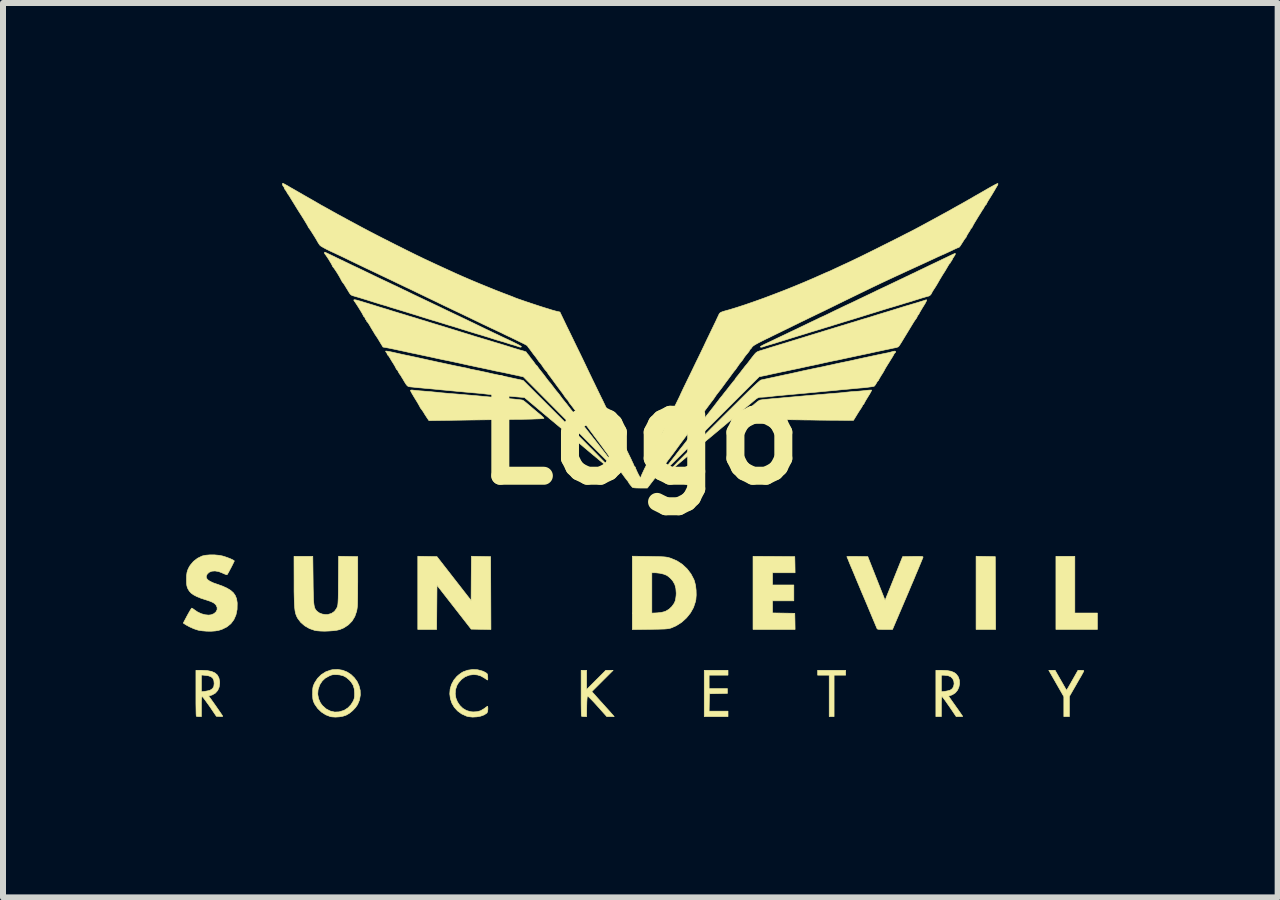
<source format=kicad_pcb>
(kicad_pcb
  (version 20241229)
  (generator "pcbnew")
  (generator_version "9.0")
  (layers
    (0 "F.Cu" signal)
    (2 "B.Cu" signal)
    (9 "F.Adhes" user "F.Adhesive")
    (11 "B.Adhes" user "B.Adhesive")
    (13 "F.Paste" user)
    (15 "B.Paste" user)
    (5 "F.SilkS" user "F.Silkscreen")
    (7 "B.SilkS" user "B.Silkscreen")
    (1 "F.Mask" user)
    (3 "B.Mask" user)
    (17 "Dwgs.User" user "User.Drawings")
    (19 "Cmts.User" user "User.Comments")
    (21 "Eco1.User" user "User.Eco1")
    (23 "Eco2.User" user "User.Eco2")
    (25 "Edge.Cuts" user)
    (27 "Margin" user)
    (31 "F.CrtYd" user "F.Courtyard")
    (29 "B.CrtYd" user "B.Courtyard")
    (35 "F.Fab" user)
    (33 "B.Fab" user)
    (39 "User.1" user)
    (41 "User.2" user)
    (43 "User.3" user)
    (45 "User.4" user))
  (footprint "Logo"
    (layer "F.Cu")
    (at 7.612 4.191)
    (property "Reference" "Logo" (at 0 0 0) (layer "F.SilkS") (effects (font (size 1.524 1.524) (thickness 0.3))))
    (attr through_hole)
    (fp_poly (pts (xy 5.928 2.037) (xy 5.931 2.644) (xy 5.934 3.251) (xy 5.608 3.251) (xy 5.608 2.031) (xy 5.928 2.037)) (stroke (width 0.01) (type solid)) (fill yes) (layer "F.SilkS"))
    (fp_poly (pts (xy 7.254 2.977) (xy 7.63 2.977) (xy 7.63 3.251) (xy 6.939 3.251) (xy 6.939 2.032) (xy 7.254 2.032) (xy 7.254 2.977)) (stroke (width 0.01) (type solid)) (fill yes) (layer "F.SilkS"))
    (fp_poly (pts (xy 3.434 4.013) (xy 3.241 4.013) (xy 3.241 4.704) (xy 3.16 4.704) (xy 3.16 4.013) (xy 2.967 4.013) (xy 2.967 3.932) (xy 3.434 3.932) (xy 3.434 4.013)) (stroke (width 0.01) (type solid)) (fill yes) (layer "F.SilkS"))
    (fp_poly (pts (xy 1.473 4.013) (xy 1.158 4.013) (xy 1.158 4.237) (xy 1.463 4.237) (xy 1.463 4.317) (xy 1.163 4.323) (xy 1.158 4.613) (xy 1.473 4.613) (xy 1.473 4.704) (xy 1.077 4.704) (xy 1.077 3.932) (xy 1.473 3.932) (xy 1.473 4.013)) (stroke (width 0.01) (type solid)) (fill yes) (layer "F.SilkS"))
    (fp_poly (pts (xy -3.539 2.034) (xy -3.379 2.037) (xy -3.094 2.403) (xy -2.809 2.769) (xy -2.807 2.4) (xy -2.804 2.031) (xy -2.644 2.034) (xy -2.484 2.037) (xy -2.479 3.252) (xy -2.808 3.246) (xy -3.378 2.515) (xy -3.384 3.251) (xy -3.698 3.251) (xy -3.698 2.031) (xy -3.539 2.034)) (stroke (width 0.01) (type solid)) (fill yes) (layer "F.SilkS"))
    (fp_poly (pts (xy 2.238 2.034) (xy 2.586 2.037) (xy 2.589 2.172) (xy 2.591 2.306) (xy 2.215 2.306) (xy 2.215 2.51) (xy 2.57 2.51) (xy 2.57 2.774) (xy 2.215 2.774) (xy 2.215 2.976) (xy 2.4 2.979) (xy 2.586 2.982) (xy 2.589 3.117) (xy 2.591 3.251) (xy 1.89 3.251) (xy 1.89 2.032) (xy 2.238 2.034)) (stroke (width 0.01) (type solid)) (fill yes) (layer "F.SilkS"))
    (fp_poly (pts (xy 7.116 4.266) (xy 7.132 4.239) (xy 7.143 4.221) (xy 7.162 4.188) (xy 7.186 4.146) (xy 7.213 4.098) (xy 7.228 4.072) (xy 7.307 3.932) (xy 7.358 3.932) (xy 7.388 3.933) (xy 7.402 3.937) (xy 7.403 3.946) (xy 7.403 3.947) (xy 7.396 3.96) (xy 7.381 3.988) (xy 7.359 4.028) (xy 7.33 4.077) (xy 7.298 4.133) (xy 7.28 4.165) (xy 7.163 4.368) (xy 7.163 4.704) (xy 7.071 4.704) (xy 7.071 4.371) (xy 6.82 3.932) (xy 6.925 3.932) (xy 7.116 4.266)) (stroke (width 0.01) (type solid)) (fill yes) (layer "F.SilkS"))
    (fp_poly (pts (xy -0.884 4.252) (xy -0.724 4.092) (xy -0.564 3.932) (xy -0.442 3.932) (xy -0.797 4.287) (xy -0.776 4.31) (xy -0.763 4.324) (xy -0.739 4.351) (xy -0.706 4.388) (xy -0.667 4.432) (xy -0.623 4.48) (xy -0.609 4.496) (xy -0.564 4.546) (xy -0.523 4.591) (xy -0.488 4.63) (xy -0.462 4.66) (xy -0.445 4.679) (xy -0.443 4.681) (xy -0.424 4.704) (xy -0.547 4.704) (xy -0.702 4.531) (xy -0.746 4.482) (xy -0.787 4.438) (xy -0.822 4.403) (xy -0.848 4.377) (xy -0.864 4.363) (xy -0.868 4.362) (xy -0.873 4.374) (xy -0.877 4.406) (xy -0.88 4.458) (xy -0.882 4.529) (xy -0.882 4.535) (xy -0.884 4.704) (xy -0.923 4.704) (xy -0.95 4.702) (xy -0.967 4.698) (xy -0.969 4.697) (xy -0.97 4.686) (xy -0.972 4.657) (xy -0.973 4.611) (xy -0.974 4.553) (xy -0.975 4.483) (xy -0.975 4.404) (xy -0.975 4.319) (xy -0.975 4.311) (xy -0.975 3.932) (xy -0.884 3.932) (xy -0.884 4.252)) (stroke (width 0.01) (type solid)) (fill yes) (layer "F.SilkS"))
    (fp_poly (pts (xy 4.667 2.034) (xy 4.699 2.035) (xy 4.717 2.038) (xy 4.724 2.043) (xy 4.724 2.044) (xy 4.721 2.056) (xy 4.709 2.084) (xy 4.691 2.128) (xy 4.667 2.186) (xy 4.638 2.256) (xy 4.604 2.336) (xy 4.567 2.426) (xy 4.525 2.523) (xy 4.482 2.626) (xy 4.47 2.654) (xy 4.215 3.251) (xy 4.088 3.251) (xy 4.036 3.251) (xy 4 3.25) (xy 3.977 3.248) (xy 3.964 3.244) (xy 3.957 3.237) (xy 3.953 3.228) (xy 3.948 3.215) (xy 3.935 3.185) (xy 3.916 3.139) (xy 3.891 3.08) (xy 3.861 3.008) (xy 3.827 2.927) (xy 3.789 2.836) (xy 3.748 2.739) (xy 3.704 2.636) (xy 3.699 2.624) (xy 3.656 2.521) (xy 3.615 2.424) (xy 3.578 2.334) (xy 3.544 2.253) (xy 3.514 2.183) (xy 3.49 2.124) (xy 3.472 2.079) (xy 3.459 2.05) (xy 3.454 2.037) (xy 3.454 2.037) (xy 3.464 2.035) (xy 3.491 2.034) (xy 3.531 2.034) (xy 3.582 2.034) (xy 3.628 2.034) (xy 3.803 2.037) (xy 3.947 2.401) (xy 4.091 2.765) (xy 4.238 2.401) (xy 4.384 2.037) (xy 4.554 2.034) (xy 4.62 2.034) (xy 4.667 2.034)) (stroke (width 0.01) (type solid)) (fill yes) (layer "F.SilkS"))
    (fp_poly (pts (xy 0.16 2.034) (xy 0.244 2.036) (xy 0.31 2.037) (xy 0.362 2.039) (xy 0.402 2.041) (xy 0.433 2.044) (xy 0.459 2.048) (xy 0.482 2.053) (xy 0.505 2.06) (xy 0.523 2.066) (xy 0.622 2.108) (xy 0.712 2.167) (xy 0.79 2.24) (xy 0.855 2.325) (xy 0.904 2.418) (xy 0.915 2.449) (xy 0.932 2.517) (xy 0.941 2.596) (xy 0.943 2.678) (xy 0.937 2.755) (xy 0.93 2.788) (xy 0.898 2.885) (xy 0.847 2.976) (xy 0.781 3.058) (xy 0.702 3.13) (xy 0.612 3.188) (xy 0.536 3.222) (xy 0.516 3.229) (xy 0.497 3.234) (xy 0.476 3.238) (xy 0.449 3.241) (xy 0.414 3.244) (xy 0.37 3.245) (xy 0.312 3.247) (xy 0.238 3.248) (xy 0.175 3.249) (xy -0.122 3.253) (xy -0.122 2.306) (xy 0.203 2.306) (xy 0.203 2.979) (xy 0.292 2.975) (xy 0.359 2.968) (xy 0.412 2.955) (xy 0.434 2.947) (xy 0.49 2.914) (xy 0.539 2.867) (xy 0.577 2.813) (xy 0.594 2.773) (xy 0.602 2.734) (xy 0.608 2.685) (xy 0.61 2.647) (xy 0.604 2.569) (xy 0.587 2.504) (xy 0.557 2.449) (xy 0.53 2.416) (xy 0.5 2.386) (xy 0.469 2.361) (xy 0.447 2.347) (xy 0.398 2.328) (xy 0.337 2.314) (xy 0.275 2.307) (xy 0.253 2.306) (xy 0.203 2.306) (xy -0.122 2.306) (xy -0.122 2.03) (xy 0.16 2.034)) (stroke (width 0.01) (type solid)) (fill yes) (layer "F.SilkS"))
    (fp_poly (pts (xy 5.122 3.936) (xy 5.19 3.948) (xy 5.242 3.969) (xy 5.279 3.997) (xy 5.313 4.044) (xy 5.33 4.097) (xy 5.333 4.155) (xy 5.322 4.211) (xy 5.299 4.263) (xy 5.263 4.307) (xy 5.216 4.338) (xy 5.194 4.347) (xy 5.168 4.355) (xy 5.153 4.362) (xy 5.151 4.364) (xy 5.157 4.373) (xy 5.172 4.396) (xy 5.196 4.43) (xy 5.227 4.474) (xy 5.262 4.523) (xy 5.268 4.532) (xy 5.304 4.582) (xy 5.335 4.627) (xy 5.36 4.663) (xy 5.377 4.688) (xy 5.385 4.7) (xy 5.385 4.7) (xy 5.376 4.702) (xy 5.352 4.704) (xy 5.331 4.704) (xy 5.277 4.704) (xy 5.163 4.536) (xy 5.127 4.485) (xy 5.096 4.44) (xy 5.069 4.404) (xy 5.05 4.38) (xy 5.04 4.369) (xy 5.039 4.369) (xy 5.035 4.379) (xy 5.032 4.406) (xy 5.03 4.449) (xy 5.029 4.505) (xy 5.029 4.536) (xy 5.029 4.704) (xy 4.938 4.704) (xy 4.938 4.29) (xy 5.029 4.29) (xy 5.088 4.283) (xy 5.127 4.276) (xy 5.162 4.267) (xy 5.178 4.262) (xy 5.212 4.238) (xy 5.233 4.202) (xy 5.242 4.158) (xy 5.237 4.113) (xy 5.219 4.073) (xy 5.186 4.04) (xy 5.14 4.021) (xy 5.078 4.014) (xy 5.077 4.014) (xy 5.029 4.013) (xy 5.029 4.29) (xy 4.938 4.29) (xy 4.938 3.932) (xy 5.038 3.932) (xy 5.122 3.936)) (stroke (width 0.01) (type solid)) (fill yes) (layer "F.SilkS"))
    (fp_poly (pts (xy -2.7 3.923) (xy -2.622 3.944) (xy -2.586 3.96) (xy -2.557 3.977) (xy -2.541 3.991) (xy -2.535 4.009) (xy -2.532 4.039) (xy -2.532 4.041) (xy -2.531 4.071) (xy -2.532 4.09) (xy -2.533 4.094) (xy -2.544 4.089) (xy -2.565 4.076) (xy -2.59 4.059) (xy -2.648 4.026) (xy -2.705 4.009) (xy -2.769 4.003) (xy -2.769 4.003) (xy -2.842 4.013) (xy -2.911 4.041) (xy -2.971 4.085) (xy -3.021 4.143) (xy -3.045 4.183) (xy -3.069 4.254) (xy -3.074 4.325) (xy -3.063 4.394) (xy -3.037 4.459) (xy -2.998 4.517) (xy -2.948 4.566) (xy -2.887 4.602) (xy -2.818 4.622) (xy -2.774 4.626) (xy -2.707 4.622) (xy -2.651 4.606) (xy -2.598 4.575) (xy -2.585 4.566) (xy -2.56 4.547) (xy -2.541 4.534) (xy -2.535 4.531) (xy -2.532 4.54) (xy -2.53 4.564) (xy -2.53 4.581) (xy -2.534 4.62) (xy -2.546 4.644) (xy -2.548 4.646) (xy -2.592 4.675) (xy -2.649 4.696) (xy -2.715 4.708) (xy -2.784 4.712) (xy -2.849 4.705) (xy -2.886 4.696) (xy -2.967 4.659) (xy -3.035 4.609) (xy -3.09 4.548) (xy -3.13 4.479) (xy -3.155 4.404) (xy -3.165 4.325) (xy -3.159 4.246) (xy -3.136 4.168) (xy -3.096 4.094) (xy -3.047 4.035) (xy -3.011 4.004) (xy -2.971 3.975) (xy -2.941 3.957) (xy -2.865 3.93) (xy -2.783 3.919) (xy -2.7 3.923)) (stroke (width 0.01) (type solid)) (fill yes) (layer "F.SilkS"))
    (fp_poly (pts (xy -7.207 3.937) (xy -7.135 3.951) (xy -7.079 3.976) (xy -7.039 4.011) (xy -7.013 4.059) (xy -7.001 4.118) (xy -7 4.145) (xy -7.009 4.212) (xy -7.033 4.268) (xy -7.072 4.312) (xy -7.124 4.342) (xy -7.144 4.349) (xy -7.184 4.36) (xy -7.15 4.407) (xy -7.103 4.473) (xy -7.06 4.534) (xy -7.022 4.589) (xy -6.991 4.634) (xy -6.967 4.669) (xy -6.953 4.691) (xy -6.949 4.698) (xy -6.959 4.702) (xy -6.982 4.703) (xy -7.002 4.702) (xy -7.055 4.699) (xy -7.167 4.534) (xy -7.203 4.484) (xy -7.235 4.439) (xy -7.261 4.404) (xy -7.281 4.38) (xy -7.292 4.369) (xy -7.292 4.369) (xy -7.297 4.374) (xy -7.301 4.39) (xy -7.303 4.42) (xy -7.305 4.466) (xy -7.305 4.53) (xy -7.305 4.536) (xy -7.305 4.704) (xy -7.344 4.704) (xy -7.371 4.702) (xy -7.388 4.698) (xy -7.39 4.697) (xy -7.391 4.686) (xy -7.393 4.657) (xy -7.394 4.611) (xy -7.395 4.553) (xy -7.396 4.483) (xy -7.396 4.404) (xy -7.396 4.319) (xy -7.396 4.311) (xy -7.396 4.29) (xy -7.305 4.29) (xy -7.247 4.283) (xy -7.208 4.276) (xy -7.172 4.268) (xy -7.157 4.262) (xy -7.12 4.238) (xy -7.098 4.203) (xy -7.092 4.154) (xy -7.097 4.102) (xy -7.114 4.065) (xy -7.144 4.039) (xy -7.19 4.023) (xy -7.241 4.016) (xy -7.305 4.01) (xy -7.305 4.29) (xy -7.396 4.29) (xy -7.396 3.932) (xy -7.297 3.932) (xy -7.207 3.937)) (stroke (width 0.01) (type solid)) (fill yes) (layer "F.SilkS"))
    (fp_poly (pts (xy -4.858 2.034) (xy -4.699 2.037) (xy -4.699 2.454) (xy -4.7 2.56) (xy -4.7 2.648) (xy -4.701 2.72) (xy -4.702 2.778) (xy -4.703 2.825) (xy -4.705 2.862) (xy -4.708 2.892) (xy -4.712 2.918) (xy -4.716 2.94) (xy -4.718 2.949) (xy -4.748 3.036) (xy -4.794 3.112) (xy -4.856 3.175) (xy -4.932 3.225) (xy -4.999 3.253) (xy -5.046 3.264) (xy -5.107 3.272) (xy -5.176 3.277) (xy -5.249 3.28) (xy -5.318 3.278) (xy -5.378 3.273) (xy -5.418 3.266) (xy -5.504 3.236) (xy -5.582 3.191) (xy -5.648 3.134) (xy -5.698 3.068) (xy -5.704 3.058) (xy -5.717 3.032) (xy -5.728 3.005) (xy -5.737 2.975) (xy -5.744 2.939) (xy -5.749 2.897) (xy -5.753 2.844) (xy -5.756 2.781) (xy -5.758 2.704) (xy -5.76 2.612) (xy -5.76 2.503) (xy -5.76 2.441) (xy -5.761 2.032) (xy -5.448 2.032) (xy -5.443 2.426) (xy -5.442 2.535) (xy -5.44 2.626) (xy -5.438 2.701) (xy -5.436 2.761) (xy -5.432 2.809) (xy -5.427 2.847) (xy -5.421 2.876) (xy -5.413 2.9) (xy -5.403 2.918) (xy -5.39 2.935) (xy -5.378 2.948) (xy -5.341 2.975) (xy -5.293 2.994) (xy -5.24 3.003) (xy -5.199 3.002) (xy -5.136 2.984) (xy -5.087 2.95) (xy -5.052 2.902) (xy -5.048 2.893) (xy -5.042 2.88) (xy -5.037 2.866) (xy -5.033 2.851) (xy -5.03 2.832) (xy -5.028 2.808) (xy -5.026 2.775) (xy -5.024 2.732) (xy -5.023 2.677) (xy -5.022 2.608) (xy -5.022 2.522) (xy -5.021 2.436) (xy -5.018 2.031) (xy -4.858 2.034)) (stroke (width 0.01) (type solid)) (fill yes) (layer "F.SilkS"))
    (fp_poly (pts (xy -4.951 3.931) (xy -4.877 3.96) (xy -4.811 4.003) (xy -4.755 4.057) (xy -4.709 4.12) (xy -4.677 4.191) (xy -4.658 4.267) (xy -4.656 4.346) (xy -4.67 4.427) (xy -4.702 4.504) (xy -4.737 4.554) (xy -4.785 4.605) (xy -4.839 4.649) (xy -4.893 4.68) (xy -4.944 4.697) (xy -5.006 4.708) (xy -5.071 4.712) (xy -5.13 4.708) (xy -5.154 4.704) (xy -5.232 4.674) (xy -5.304 4.628) (xy -5.366 4.568) (xy -5.415 4.498) (xy -5.421 4.486) (xy -5.435 4.456) (xy -5.443 4.43) (xy -5.448 4.402) (xy -5.45 4.366) (xy -5.451 4.331) (xy -5.366 4.331) (xy -5.352 4.405) (xy -5.321 4.475) (xy -5.286 4.522) (xy -5.225 4.576) (xy -5.157 4.611) (xy -5.085 4.628) (xy -5.01 4.625) (xy -4.934 4.602) (xy -4.921 4.596) (xy -4.862 4.558) (xy -4.811 4.505) (xy -4.772 4.442) (xy -4.772 4.441) (xy -4.759 4.407) (xy -4.752 4.369) (xy -4.751 4.32) (xy -4.751 4.313) (xy -4.757 4.241) (xy -4.775 4.181) (xy -4.809 4.127) (xy -4.839 4.094) (xy -4.889 4.051) (xy -4.939 4.024) (xy -4.998 4.009) (xy -5.041 4.005) (xy -5.084 4.004) (xy -5.116 4.006) (xy -5.146 4.014) (xy -5.178 4.028) (xy -5.242 4.064) (xy -5.29 4.109) (xy -5.329 4.168) (xy -5.335 4.181) (xy -5.36 4.255) (xy -5.366 4.331) (xy -5.451 4.331) (xy -5.451 4.318) (xy -5.45 4.268) (xy -5.448 4.233) (xy -5.443 4.205) (xy -5.434 4.179) (xy -5.42 4.148) (xy -5.418 4.143) (xy -5.369 4.067) (xy -5.307 4.005) (xy -5.233 3.958) (xy -5.149 3.928) (xy -5.119 3.922) (xy -5.032 3.918) (xy -4.951 3.931)) (stroke (width 0.01) (type solid)) (fill yes) (layer "F.SilkS"))
    (fp_poly (pts (xy -3.777 -0.738) (xy -3.75 -0.735) (xy -3.709 -0.731) (xy -3.658 -0.726) (xy -3.603 -0.722) (xy -3.597 -0.721) (xy -3.535 -0.716) (xy -3.471 -0.711) (xy -3.412 -0.705) (xy -3.368 -0.701) (xy -3.319 -0.695) (xy -3.259 -0.69) (xy -3.195 -0.684) (xy -3.15 -0.68) (xy -3.064 -0.674) (xy -2.961 -0.665) (xy -2.843 -0.655) (xy -2.714 -0.644) (xy -2.575 -0.631) (xy -2.51 -0.625) (xy -2.439 -0.619) (xy -2.356 -0.611) (xy -2.27 -0.604) (xy -2.189 -0.597) (xy -2.156 -0.594) (xy -2.096 -0.589) (xy -2.042 -0.583) (xy -1.997 -0.578) (xy -1.966 -0.574) (xy -1.952 -0.571) (xy -1.943 -0.567) (xy -1.931 -0.559) (xy -1.914 -0.546) (xy -1.889 -0.526) (xy -1.855 -0.497) (xy -1.809 -0.458) (xy -1.779 -0.432) (xy -1.747 -0.405) (xy -1.708 -0.372) (xy -1.668 -0.339) (xy -1.663 -0.335) (xy -1.633 -0.309) (xy -1.609 -0.286) (xy -1.596 -0.271) (xy -1.595 -0.268) (xy -1.603 -0.265) (xy -1.627 -0.263) (xy -1.667 -0.26) (xy -1.725 -0.258) (xy -1.8 -0.255) (xy -1.895 -0.253) (xy -2.008 -0.251) (xy -2.07 -0.251) (xy -2.19 -0.249) (xy -2.324 -0.247) (xy -2.468 -0.245) (xy -2.615 -0.243) (xy -2.759 -0.241) (xy -2.896 -0.239) (xy -3.019 -0.237) (xy -3.029 -0.237) (xy -3.512 -0.23) (xy -3.529 -0.255) (xy -3.543 -0.275) (xy -3.563 -0.306) (xy -3.587 -0.343) (xy -3.594 -0.356) (xy -3.616 -0.39) (xy -3.635 -0.417) (xy -3.647 -0.433) (xy -3.65 -0.435) (xy -3.658 -0.447) (xy -3.658 -0.448) (xy -3.663 -0.46) (xy -3.677 -0.485) (xy -3.698 -0.522) (xy -3.724 -0.565) (xy -3.739 -0.589) (xy -3.767 -0.635) (xy -3.791 -0.676) (xy -3.809 -0.708) (xy -3.819 -0.728) (xy -3.82 -0.732) (xy -3.813 -0.739) (xy -3.79 -0.74) (xy -3.777 -0.738)) (stroke (width 0.01) (type solid)) (fill yes) (layer "F.SilkS"))
    (fp_poly (pts (xy 3.864 -0.739) (xy 3.867 -0.739) (xy 3.864 -0.729) (xy 3.852 -0.705) (xy 3.833 -0.671) (xy 3.808 -0.631) (xy 3.806 -0.627) (xy 3.78 -0.585) (xy 3.759 -0.549) (xy 3.745 -0.523) (xy 3.739 -0.51) (xy 3.739 -0.509) (xy 3.732 -0.498) (xy 3.729 -0.498) (xy 3.719 -0.49) (xy 3.719 -0.487) (xy 3.713 -0.473) (xy 3.699 -0.449) (xy 3.689 -0.433) (xy 3.67 -0.405) (xy 3.645 -0.366) (xy 3.619 -0.324) (xy 3.612 -0.312) (xy 3.564 -0.234) (xy 3.268 -0.236) (xy 3.187 -0.236) (xy 3.09 -0.237) (xy 2.983 -0.238) (xy 2.869 -0.24) (xy 2.754 -0.241) (xy 2.642 -0.243) (xy 2.555 -0.244) (xy 2.452 -0.246) (xy 2.344 -0.248) (xy 2.236 -0.249) (xy 2.132 -0.25) (xy 2.035 -0.251) (xy 1.951 -0.252) (xy 1.887 -0.253) (xy 1.808 -0.253) (xy 1.747 -0.254) (xy 1.702 -0.255) (xy 1.671 -0.257) (xy 1.651 -0.26) (xy 1.64 -0.263) (xy 1.636 -0.268) (xy 1.636 -0.269) (xy 1.641 -0.283) (xy 1.645 -0.284) (xy 1.656 -0.291) (xy 1.679 -0.309) (xy 1.714 -0.336) (xy 1.757 -0.372) (xy 1.806 -0.413) (xy 1.86 -0.458) (xy 1.915 -0.506) (xy 1.933 -0.521) (xy 1.962 -0.545) (xy 1.988 -0.563) (xy 2.002 -0.571) (xy 2.019 -0.574) (xy 2.052 -0.579) (xy 2.097 -0.584) (xy 2.152 -0.589) (xy 2.203 -0.594) (xy 2.279 -0.6) (xy 2.365 -0.608) (xy 2.452 -0.616) (xy 2.531 -0.623) (xy 2.555 -0.625) (xy 2.722 -0.64) (xy 2.871 -0.653) (xy 3.002 -0.664) (xy 3.115 -0.674) (xy 3.205 -0.681) (xy 3.265 -0.686) (xy 3.326 -0.691) (xy 3.381 -0.696) (xy 3.419 -0.701) (xy 3.47 -0.706) (xy 3.529 -0.712) (xy 3.585 -0.716) (xy 3.592 -0.716) (xy 3.648 -0.72) (xy 3.711 -0.726) (xy 3.769 -0.732) (xy 3.773 -0.733) (xy 3.813 -0.737) (xy 3.845 -0.739) (xy 3.864 -0.739)) (stroke (width 0.01) (type solid)) (fill yes) (layer "F.SilkS"))
    (fp_poly (pts (xy -7.089 2.008) (xy -7.015 2.015) (xy -6.955 2.026) (xy -6.915 2.038) (xy -6.872 2.053) (xy -6.83 2.069) (xy -6.794 2.085) (xy -6.768 2.099) (xy -6.757 2.108) (xy -6.756 2.109) (xy -6.761 2.121) (xy -6.773 2.145) (xy -6.79 2.18) (xy -6.81 2.219) (xy -6.831 2.258) (xy -6.85 2.294) (xy -6.866 2.322) (xy -6.876 2.337) (xy -6.877 2.339) (xy -6.888 2.338) (xy -6.913 2.329) (xy -6.946 2.315) (xy -6.953 2.311) (xy -7.017 2.286) (xy -7.078 2.276) (xy -7.132 2.28) (xy -7.177 2.299) (xy -7.208 2.329) (xy -7.224 2.362) (xy -7.222 2.392) (xy -7.203 2.42) (xy -7.165 2.447) (xy -7.108 2.474) (xy -7.051 2.494) (xy -6.955 2.528) (xy -6.878 2.563) (xy -6.817 2.6) (xy -6.772 2.64) (xy -6.74 2.686) (xy -6.719 2.739) (xy -6.709 2.8) (xy -6.708 2.817) (xy -6.71 2.918) (xy -6.729 3.009) (xy -6.764 3.088) (xy -6.814 3.155) (xy -6.881 3.209) (xy -6.962 3.249) (xy -7.016 3.266) (xy -7.073 3.276) (xy -7.143 3.281) (xy -7.218 3.28) (xy -7.291 3.274) (xy -7.354 3.264) (xy -7.362 3.262) (xy -7.429 3.24) (xy -7.499 3.209) (xy -7.562 3.175) (xy -7.58 3.163) (xy -7.607 3.145) (xy -7.541 3.02) (xy -7.516 2.975) (xy -7.494 2.937) (xy -7.477 2.91) (xy -7.467 2.896) (xy -7.465 2.896) (xy -7.452 2.902) (xy -7.43 2.917) (xy -7.424 2.922) (xy -7.37 2.959) (xy -7.309 2.988) (xy -7.245 3.006) (xy -7.186 3.012) (xy -7.142 3.007) (xy -7.094 2.987) (xy -7.061 2.957) (xy -7.043 2.922) (xy -7.043 2.883) (xy -7.061 2.845) (xy -7.074 2.83) (xy -7.094 2.813) (xy -7.12 2.798) (xy -7.157 2.782) (xy -7.207 2.765) (xy -7.229 2.758) (xy -7.315 2.73) (xy -7.383 2.702) (xy -7.436 2.674) (xy -7.476 2.645) (xy -7.507 2.611) (xy -7.53 2.573) (xy -7.541 2.546) (xy -7.548 2.518) (xy -7.552 2.484) (xy -7.553 2.437) (xy -7.553 2.423) (xy -7.552 2.355) (xy -7.545 2.301) (xy -7.531 2.256) (xy -7.51 2.212) (xy -7.49 2.18) (xy -7.437 2.117) (xy -7.37 2.065) (xy -7.297 2.029) (xy -7.289 2.026) (xy -7.232 2.014) (xy -7.163 2.008) (xy -7.089 2.008)) (stroke (width 0.01) (type solid)) (fill yes) (layer "F.SilkS"))
    (fp_poly (pts (xy -5.239 -3.034) (xy -5.213 -3.022) (xy -5.175 -3.004) (xy -5.127 -2.981) (xy -5.071 -2.954) (xy -5.053 -2.945) (xy -4.989 -2.914) (xy -4.926 -2.884) (xy -4.867 -2.856) (xy -4.818 -2.832) (xy -4.782 -2.815) (xy -4.78 -2.814) (xy -4.74 -2.795) (xy -4.688 -2.771) (xy -4.63 -2.743) (xy -4.572 -2.715) (xy -4.562 -2.71) (xy -4.493 -2.677) (xy -4.425 -2.644) (xy -4.354 -2.61) (xy -4.276 -2.573) (xy -4.186 -2.531) (xy -4.12 -2.499) (xy -4.068 -2.475) (xy -4.007 -2.446) (xy -3.944 -2.415) (xy -3.896 -2.393) (xy -3.794 -2.343) (xy -3.681 -2.289) (xy -3.567 -2.235) (xy -3.46 -2.184) (xy -3.429 -2.169) (xy -3.384 -2.148) (xy -3.327 -2.121) (xy -3.267 -2.092) (xy -3.209 -2.064) (xy -3.205 -2.062) (xy -3.148 -2.035) (xy -3.087 -2.006) (xy -3.03 -1.979) (xy -2.984 -1.957) (xy -2.982 -1.956) (xy -2.936 -1.934) (xy -2.879 -1.907) (xy -2.819 -1.878) (xy -2.764 -1.852) (xy -2.655 -1.799) (xy -2.564 -1.755) (xy -2.486 -1.718) (xy -2.422 -1.687) (xy -2.368 -1.662) (xy -2.323 -1.64) (xy -2.285 -1.622) (xy -2.266 -1.613) (xy -2.178 -1.572) (xy -2.107 -1.538) (xy -2.053 -1.511) (xy -2.014 -1.491) (xy -1.988 -1.476) (xy -1.974 -1.467) (xy -1.971 -1.463) (xy -1.979 -1.454) (xy -2.001 -1.457) (xy -2.017 -1.463) (xy -2.036 -1.469) (xy -2.068 -1.48) (xy -2.107 -1.492) (xy -2.113 -1.493) (xy -2.157 -1.506) (xy -2.198 -1.519) (xy -2.229 -1.529) (xy -2.23 -1.529) (xy -2.263 -1.54) (xy -2.305 -1.552) (xy -2.332 -1.56) (xy -2.375 -1.572) (xy -2.425 -1.588) (xy -2.464 -1.6) (xy -2.505 -1.614) (xy -2.558 -1.63) (xy -2.613 -1.647) (xy -2.642 -1.656) (xy -2.711 -1.676) (xy -2.782 -1.698) (xy -2.851 -1.719) (xy -2.915 -1.739) (xy -2.968 -1.755) (xy -3.009 -1.768) (xy -3.023 -1.773) (xy -3.053 -1.782) (xy -3.094 -1.795) (xy -3.137 -1.808) (xy -3.139 -1.808) (xy -3.186 -1.822) (xy -3.234 -1.837) (xy -3.272 -1.849) (xy -3.315 -1.862) (xy -3.363 -1.877) (xy -3.388 -1.885) (xy -3.451 -1.903) (xy -3.519 -1.924) (xy -3.583 -1.944) (xy -3.622 -1.956) (xy -3.651 -1.965) (xy -3.697 -1.98) (xy -3.756 -1.998) (xy -3.827 -2.02) (xy -3.905 -2.044) (xy -3.989 -2.07) (xy -4.049 -2.088) (xy -4.098 -2.103) (xy -4.142 -2.116) (xy -4.176 -2.127) (xy -4.196 -2.134) (xy -4.196 -2.134) (xy -4.218 -2.141) (xy -4.253 -2.151) (xy -4.293 -2.163) (xy -4.298 -2.164) (xy -4.341 -2.177) (xy -4.382 -2.19) (xy -4.413 -2.199) (xy -4.415 -2.2) (xy -4.45 -2.211) (xy -4.497 -2.226) (xy -4.551 -2.243) (xy -4.607 -2.26) (xy -4.662 -2.277) (xy -4.709 -2.291) (xy -4.745 -2.301) (xy -4.76 -2.306) (xy -4.786 -2.313) (xy -4.805 -2.322) (xy -4.821 -2.335) (xy -4.838 -2.358) (xy -4.859 -2.393) (xy -4.865 -2.403) (xy -4.893 -2.448) (xy -4.912 -2.48) (xy -4.925 -2.5) (xy -4.933 -2.513) (xy -4.94 -2.521) (xy -4.946 -2.528) (xy -4.947 -2.529) (xy -4.961 -2.549) (xy -4.975 -2.575) (xy -4.99 -2.604) (xy -5.011 -2.641) (xy -5.035 -2.681) (xy -5.06 -2.72) (xy -5.083 -2.754) (xy -5.101 -2.78) (xy -5.112 -2.792) (xy -5.113 -2.792) (xy -5.12 -2.804) (xy -5.121 -2.806) (xy -5.126 -2.819) (xy -5.139 -2.844) (xy -5.159 -2.877) (xy -5.181 -2.914) (xy -5.204 -2.949) (xy -5.224 -2.979) (xy -5.239 -3) (xy -5.245 -3.006) (xy -5.251 -3.015) (xy -5.253 -3.03) (xy -5.249 -3.038) (xy -5.249 -3.038) (xy -5.239 -3.034)) (stroke (width 0.01) (type solid)) (fill yes) (layer "F.SilkS"))
    (fp_poly (pts (xy 5.263 -3.01) (xy 5.257 -2.992) (xy 5.24 -2.966) (xy 5.239 -2.964) (xy 5.221 -2.936) (xy 5.209 -2.911) (xy 5.207 -2.908) (xy 5.199 -2.891) (xy 5.191 -2.885) (xy 5.183 -2.877) (xy 5.182 -2.87) (xy 5.177 -2.857) (xy 5.174 -2.855) (xy 5.165 -2.847) (xy 5.151 -2.826) (xy 5.137 -2.802) (xy 5.116 -2.766) (xy 5.09 -2.722) (xy 5.063 -2.68) (xy 5.061 -2.677) (xy 5.035 -2.635) (xy 5.008 -2.59) (xy 4.986 -2.552) (xy 4.985 -2.55) (xy 4.962 -2.51) (xy 4.935 -2.465) (xy 4.916 -2.436) (xy 4.895 -2.404) (xy 4.878 -2.377) (xy 4.87 -2.36) (xy 4.856 -2.335) (xy 4.837 -2.315) (xy 4.82 -2.306) (xy 4.82 -2.306) (xy 4.806 -2.303) (xy 4.777 -2.295) (xy 4.736 -2.283) (xy 4.689 -2.269) (xy 4.677 -2.265) (xy 4.624 -2.248) (xy 4.574 -2.233) (xy 4.532 -2.219) (xy 4.503 -2.211) (xy 4.501 -2.21) (xy 4.463 -2.199) (xy 4.419 -2.186) (xy 4.402 -2.18) (xy 4.289 -2.146) (xy 4.199 -2.119) (xy 4.17 -2.111) (xy 4.125 -2.097) (xy 4.066 -2.079) (xy 3.995 -2.057) (xy 3.915 -2.032) (xy 3.83 -2.006) (xy 3.74 -1.978) (xy 3.703 -1.966) (xy 3.643 -1.948) (xy 3.576 -1.927) (xy 3.512 -1.908) (xy 3.485 -1.899) (xy 3.427 -1.882) (xy 3.363 -1.862) (xy 3.304 -1.844) (xy 3.282 -1.837) (xy 3.236 -1.823) (xy 3.193 -1.809) (xy 3.161 -1.799) (xy 3.15 -1.796) (xy 3.115 -1.786) (xy 3.078 -1.774) (xy 3.073 -1.773) (xy 3.038 -1.762) (xy 2.997 -1.749) (xy 2.982 -1.745) (xy 2.944 -1.733) (xy 2.889 -1.717) (xy 2.821 -1.696) (xy 2.741 -1.671) (xy 2.653 -1.644) (xy 2.559 -1.615) (xy 2.555 -1.614) (xy 2.501 -1.597) (xy 2.449 -1.581) (xy 2.405 -1.567) (xy 2.374 -1.558) (xy 2.372 -1.557) (xy 2.333 -1.545) (xy 2.294 -1.533) (xy 2.281 -1.529) (xy 2.251 -1.519) (xy 2.209 -1.507) (xy 2.166 -1.494) (xy 2.164 -1.494) (xy 2.124 -1.482) (xy 2.089 -1.471) (xy 2.066 -1.463) (xy 2.065 -1.462) (xy 2.037 -1.454) (xy 2.017 -1.454) (xy 2.012 -1.461) (xy 2.02 -1.469) (xy 2.043 -1.482) (xy 2.077 -1.5) (xy 2.101 -1.511) (xy 2.134 -1.527) (xy 2.172 -1.545) (xy 2.219 -1.567) (xy 2.274 -1.594) (xy 2.341 -1.626) (xy 2.422 -1.664) (xy 2.517 -1.71) (xy 2.596 -1.747) (xy 2.636 -1.766) (xy 2.689 -1.792) (xy 2.75 -1.821) (xy 2.814 -1.852) (xy 2.864 -1.876) (xy 2.919 -1.902) (xy 2.967 -1.925) (xy 3.005 -1.944) (xy 3.032 -1.956) (xy 3.043 -1.961) (xy 3.043 -1.961) (xy 3.053 -1.965) (xy 3.078 -1.977) (xy 3.117 -1.995) (xy 3.166 -2.019) (xy 3.223 -2.047) (xy 3.266 -2.068) (xy 3.328 -2.097) (xy 3.383 -2.124) (xy 3.429 -2.146) (xy 3.464 -2.162) (xy 3.484 -2.172) (xy 3.489 -2.174) (xy 3.499 -2.178) (xy 3.524 -2.19) (xy 3.562 -2.208) (xy 3.61 -2.231) (xy 3.665 -2.258) (xy 3.679 -2.264) (xy 3.743 -2.295) (xy 3.808 -2.326) (xy 3.869 -2.355) (xy 3.921 -2.38) (xy 3.957 -2.398) (xy 3.993 -2.415) (xy 4.044 -2.439) (xy 4.108 -2.469) (xy 4.183 -2.505) (xy 4.265 -2.544) (xy 4.353 -2.586) (xy 4.443 -2.629) (xy 4.533 -2.672) (xy 4.621 -2.714) (xy 4.623 -2.715) (xy 4.664 -2.735) (xy 4.717 -2.76) (xy 4.777 -2.789) (xy 4.837 -2.818) (xy 4.856 -2.827) (xy 4.957 -2.875) (xy 5.044 -2.917) (xy 5.118 -2.952) (xy 5.178 -2.981) (xy 5.221 -3.001) (xy 5.249 -3.014) (xy 5.259 -3.018) (xy 5.263 -3.01)) (stroke (width 0.01) (type solid)) (fill yes) (layer "F.SilkS"))
    (fp_poly (pts (xy -4.195 -1.385) (xy -4.157 -1.378) (xy -4.128 -1.372) (xy -4.043 -1.353) (xy -3.972 -1.337) (xy -3.907 -1.323) (xy -3.842 -1.31) (xy -3.825 -1.306) (xy -3.784 -1.297) (xy -3.749 -1.29) (xy -3.727 -1.285) (xy -3.724 -1.284) (xy -3.694 -1.278) (xy -3.649 -1.268) (xy -3.595 -1.256) (xy -3.536 -1.243) (xy -3.478 -1.23) (xy -3.425 -1.219) (xy -3.382 -1.209) (xy -3.358 -1.204) (xy -3.282 -1.188) (xy -3.222 -1.175) (xy -3.176 -1.165) (xy -3.139 -1.157) (xy -3.109 -1.151) (xy -3.081 -1.145) (xy -3.068 -1.142) (xy -3.023 -1.133) (xy -2.97 -1.122) (xy -2.923 -1.113) (xy -2.884 -1.105) (xy -2.854 -1.098) (xy -2.837 -1.093) (xy -2.835 -1.093) (xy -2.822 -1.088) (xy -2.795 -1.083) (xy -2.773 -1.079) (xy -2.738 -1.072) (xy -2.687 -1.062) (xy -2.623 -1.048) (xy -2.551 -1.033) (xy -2.474 -1.015) (xy -2.433 -1.006) (xy -2.403 -1) (xy -2.362 -0.991) (xy -2.317 -0.981) (xy -2.311 -0.98) (xy -2.258 -0.968) (xy -2.198 -0.956) (xy -2.149 -0.945) (xy -2.1 -0.934) (xy -2.048 -0.923) (xy -2.006 -0.914) (xy -2.005 -0.914) (xy -1.942 -0.9) (xy -1.213 -0.172) (xy -1.112 -0.071) (xy -1.016 0.026) (xy -0.924 0.119) (xy -0.839 0.205) (xy -0.76 0.284) (xy -0.69 0.356) (xy -0.629 0.419) (xy -0.577 0.472) (xy -0.537 0.514) (xy -0.508 0.545) (xy -0.492 0.563) (xy -0.489 0.567) (xy -0.498 0.567) (xy -0.518 0.555) (xy -0.545 0.535) (xy -0.549 0.531) (xy -0.587 0.499) (xy -0.627 0.465) (xy -0.655 0.442) (xy -0.721 0.387) (xy -0.775 0.342) (xy -0.823 0.302) (xy -0.868 0.264) (xy -0.916 0.224) (xy -0.936 0.207) (xy -0.971 0.177) (xy -1.011 0.144) (xy -1.032 0.127) (xy -1.067 0.098) (xy -1.104 0.067) (xy -1.123 0.051) (xy -1.155 0.024) (xy -1.193 -0.008) (xy -1.214 -0.025) (xy -1.25 -0.055) (xy -1.287 -0.086) (xy -1.306 -0.102) (xy -1.331 -0.122) (xy -1.366 -0.151) (xy -1.408 -0.186) (xy -1.451 -0.222) (xy -1.453 -0.224) (xy -1.502 -0.264) (xy -1.555 -0.309) (xy -1.606 -0.351) (xy -1.641 -0.381) (xy -1.685 -0.418) (xy -1.737 -0.462) (xy -1.789 -0.506) (xy -1.822 -0.533) (xy -1.919 -0.615) (xy -2.049 -0.626) (xy -2.106 -0.631) (xy -2.176 -0.638) (xy -2.252 -0.644) (xy -2.326 -0.651) (xy -2.357 -0.654) (xy -2.418 -0.659) (xy -2.475 -0.665) (xy -2.524 -0.669) (xy -2.56 -0.673) (xy -2.576 -0.675) (xy -2.602 -0.678) (xy -2.643 -0.683) (xy -2.692 -0.687) (xy -2.738 -0.691) (xy -2.777 -0.694) (xy -2.817 -0.698) (xy -2.861 -0.702) (xy -2.911 -0.706) (xy -2.97 -0.712) (xy -3.039 -0.718) (xy -3.122 -0.726) (xy -3.22 -0.735) (xy -3.337 -0.746) (xy -3.343 -0.747) (xy -3.416 -0.754) (xy -3.499 -0.762) (xy -3.582 -0.769) (xy -3.655 -0.776) (xy -3.669 -0.777) (xy -3.725 -0.782) (xy -3.776 -0.788) (xy -3.818 -0.792) (xy -3.845 -0.796) (xy -3.852 -0.798) (xy -3.872 -0.809) (xy -3.894 -0.836) (xy -3.92 -0.877) (xy -3.948 -0.925) (xy -3.968 -0.957) (xy -3.98 -0.978) (xy -3.988 -0.99) (xy -3.993 -0.996) (xy -4.006 -1.014) (xy -4.021 -1.04) (xy -4.03 -1.059) (xy -4.039 -1.074) (xy -4.044 -1.077) (xy -4.053 -1.085) (xy -4.063 -1.105) (xy -4.075 -1.13) (xy -4.094 -1.162) (xy -4.104 -1.179) (xy -4.128 -1.216) (xy -4.153 -1.258) (xy -4.162 -1.273) (xy -4.178 -1.299) (xy -4.192 -1.317) (xy -4.198 -1.321) (xy -4.205 -1.329) (xy -4.206 -1.335) (xy -4.213 -1.354) (xy -4.223 -1.366) (xy -4.233 -1.381) (xy -4.233 -1.389) (xy -4.222 -1.389) (xy -4.195 -1.385)) (stroke (width 0.01) (type solid)) (fill yes) (layer "F.SilkS"))
    (fp_poly (pts (xy 4.262 -1.386) (xy 4.267 -1.379) (xy 4.267 -1.377) (xy 4.262 -1.363) (xy 4.258 -1.361) (xy 4.248 -1.353) (xy 4.243 -1.344) (xy 4.235 -1.329) (xy 4.219 -1.3) (xy 4.196 -1.263) (xy 4.169 -1.22) (xy 4.166 -1.214) (xy 4.138 -1.17) (xy 4.114 -1.131) (xy 4.095 -1.1) (xy 4.086 -1.082) (xy 4.085 -1.081) (xy 4.075 -1.062) (xy 4.058 -1.032) (xy 4.036 -0.997) (xy 4.029 -0.987) (xy 4.008 -0.952) (xy 3.992 -0.924) (xy 3.983 -0.907) (xy 3.983 -0.904) (xy 3.976 -0.894) (xy 3.974 -0.894) (xy 3.965 -0.886) (xy 3.952 -0.865) (xy 3.946 -0.854) (xy 3.93 -0.827) (xy 3.914 -0.807) (xy 3.91 -0.804) (xy 3.894 -0.799) (xy 3.862 -0.794) (xy 3.817 -0.788) (xy 3.763 -0.781) (xy 3.721 -0.777) (xy 3.647 -0.771) (xy 3.563 -0.763) (xy 3.479 -0.755) (xy 3.404 -0.748) (xy 3.388 -0.747) (xy 3.24 -0.732) (xy 3.106 -0.72) (xy 2.983 -0.708) (xy 2.865 -0.697) (xy 2.748 -0.686) (xy 2.626 -0.675) (xy 2.495 -0.663) (xy 2.418 -0.656) (xy 2.354 -0.65) (xy 2.288 -0.644) (xy 2.229 -0.638) (xy 2.18 -0.632) (xy 2.164 -0.63) (xy 2.116 -0.625) (xy 2.069 -0.622) (xy 2.031 -0.62) (xy 2.026 -0.62) (xy 2.002 -0.619) (xy 1.983 -0.615) (xy 1.964 -0.606) (xy 1.94 -0.59) (xy 1.908 -0.563) (xy 1.887 -0.546) (xy 1.843 -0.509) (xy 1.79 -0.465) (xy 1.736 -0.42) (xy 1.696 -0.386) (xy 1.647 -0.345) (xy 1.594 -0.301) (xy 1.543 -0.258) (xy 1.508 -0.229) (xy 1.473 -0.199) (xy 1.427 -0.16) (xy 1.373 -0.115) (xy 1.317 -0.068) (xy 1.264 -0.024) (xy 1.214 0.018) (xy 1.168 0.056) (xy 1.129 0.088) (xy 1.099 0.113) (xy 1.082 0.127) (xy 1.081 0.129) (xy 1.063 0.144) (xy 1.034 0.167) (xy 1.001 0.195) (xy 0.99 0.203) (xy 0.956 0.231) (xy 0.925 0.257) (xy 0.903 0.276) (xy 0.899 0.279) (xy 0.88 0.295) (xy 0.851 0.319) (xy 0.817 0.347) (xy 0.807 0.356) (xy 0.771 0.386) (xy 0.726 0.424) (xy 0.678 0.464) (xy 0.641 0.495) (xy 0.597 0.533) (xy 0.565 0.559) (xy 0.545 0.573) (xy 0.533 0.578) (xy 0.529 0.575) (xy 0.528 0.571) (xy 0.535 0.563) (xy 0.556 0.542) (xy 0.589 0.508) (xy 0.633 0.462) (xy 0.688 0.407) (xy 0.753 0.341) (xy 0.826 0.267) (xy 0.907 0.186) (xy 0.995 0.098) (xy 1.089 0.004) (xy 1.187 -0.095) (xy 1.26 -0.168) (xy 1.384 -0.292) (xy 1.495 -0.402) (xy 1.593 -0.499) (xy 1.678 -0.584) (xy 1.753 -0.658) (xy 1.816 -0.72) (xy 1.87 -0.772) (xy 1.915 -0.814) (xy 1.951 -0.848) (xy 1.979 -0.873) (xy 2 -0.891) (xy 2.015 -0.902) (xy 2.024 -0.907) (xy 2.024 -0.907) (xy 2.051 -0.913) (xy 2.089 -0.921) (xy 2.131 -0.93) (xy 2.134 -0.931) (xy 2.182 -0.941) (xy 2.232 -0.952) (xy 2.271 -0.96) (xy 2.315 -0.97) (xy 2.366 -0.981) (xy 2.403 -0.989) (xy 2.439 -0.997) (xy 2.49 -1.007) (xy 2.548 -1.02) (xy 2.608 -1.033) (xy 2.621 -1.036) (xy 2.713 -1.057) (xy 2.788 -1.073) (xy 2.85 -1.086) (xy 2.901 -1.097) (xy 2.944 -1.106) (xy 2.951 -1.107) (xy 2.969 -1.111) (xy 2.989 -1.115) (xy 3.013 -1.12) (xy 3.044 -1.126) (xy 3.084 -1.135) (xy 3.137 -1.147) (xy 3.205 -1.161) (xy 3.284 -1.179) (xy 3.332 -1.189) (xy 3.378 -1.199) (xy 3.414 -1.206) (xy 3.424 -1.208) (xy 3.45 -1.214) (xy 3.492 -1.222) (xy 3.543 -1.233) (xy 3.599 -1.246) (xy 3.617 -1.25) (xy 3.676 -1.263) (xy 3.735 -1.276) (xy 3.788 -1.287) (xy 3.828 -1.296) (xy 3.835 -1.297) (xy 3.884 -1.308) (xy 3.937 -1.319) (xy 3.973 -1.327) (xy 4.018 -1.336) (xy 4.066 -1.346) (xy 4.094 -1.352) (xy 4.132 -1.359) (xy 4.167 -1.367) (xy 4.181 -1.371) (xy 4.223 -1.383) (xy 4.249 -1.388) (xy 4.262 -1.386)) (stroke (width 0.01) (type solid)) (fill yes) (layer "F.SilkS"))
    (fp_poly (pts (xy -4.727 -2.241) (xy -4.686 -2.23) (xy -4.628 -2.213) (xy -4.619 -2.21) (xy -4.563 -2.193) (xy -4.497 -2.173) (xy -4.428 -2.152) (xy -4.369 -2.133) (xy -4.313 -2.116) (xy -4.258 -2.099) (xy -4.21 -2.085) (xy -4.174 -2.074) (xy -4.171 -2.072) (xy -4.128 -2.059) (xy -4.07 -2.041) (xy -4.001 -2.02) (xy -3.926 -1.998) (xy -3.85 -1.974) (xy -3.776 -1.952) (xy -3.739 -1.941) (xy -3.682 -1.923) (xy -3.62 -1.904) (xy -3.563 -1.887) (xy -3.541 -1.88) (xy -3.489 -1.864) (xy -3.428 -1.845) (xy -3.368 -1.827) (xy -3.343 -1.819) (xy -3.284 -1.802) (xy -3.218 -1.781) (xy -3.153 -1.761) (xy -3.124 -1.752) (xy -3.055 -1.731) (xy -2.982 -1.708) (xy -2.908 -1.685) (xy -2.835 -1.663) (xy -2.769 -1.642) (xy -2.711 -1.624) (xy -2.665 -1.611) (xy -2.635 -1.601) (xy -2.631 -1.6) (xy -2.593 -1.589) (xy -2.55 -1.576) (xy -2.532 -1.571) (xy -2.49 -1.558) (xy -2.444 -1.544) (xy -2.428 -1.539) (xy -2.361 -1.519) (xy -2.304 -1.502) (xy -2.245 -1.484) (xy -2.179 -1.463) (xy -2.11 -1.441) (xy -2.056 -1.425) (xy -2.015 -1.412) (xy -1.983 -1.403) (xy -1.957 -1.396) (xy -1.934 -1.39) (xy -1.933 -1.389) (xy -1.907 -1.381) (xy -1.891 -1.374) (xy -1.89 -1.372) (xy -1.884 -1.361) (xy -1.868 -1.341) (xy -1.859 -1.331) (xy -1.841 -1.309) (xy -1.83 -1.294) (xy -1.829 -1.291) (xy -1.823 -1.28) (xy -1.807 -1.262) (xy -1.805 -1.259) (xy -1.785 -1.235) (xy -1.761 -1.203) (xy -1.753 -1.191) (xy -1.735 -1.166) (xy -1.722 -1.151) (xy -1.717 -1.148) (xy -1.708 -1.14) (xy -1.701 -1.129) (xy -1.689 -1.11) (xy -1.669 -1.084) (xy -1.658 -1.071) (xy -1.637 -1.044) (xy -1.608 -1.008) (xy -1.578 -0.968) (xy -1.568 -0.955) (xy -1.543 -0.921) (xy -1.522 -0.894) (xy -1.508 -0.877) (xy -1.505 -0.874) (xy -1.496 -0.864) (xy -1.478 -0.842) (xy -1.455 -0.811) (xy -1.44 -0.792) (xy -1.413 -0.756) (xy -1.388 -0.724) (xy -1.369 -0.702) (xy -1.364 -0.696) (xy -1.346 -0.674) (xy -1.325 -0.646) (xy -1.321 -0.64) (xy -1.302 -0.614) (xy -1.284 -0.59) (xy -1.261 -0.562) (xy -1.239 -0.534) (xy -1.217 -0.508) (xy -1.191 -0.474) (xy -1.178 -0.457) (xy -1.15 -0.42) (xy -1.118 -0.381) (xy -1.105 -0.365) (xy -1.077 -0.33) (xy -1.046 -0.29) (xy -1.03 -0.269) (xy -0.986 -0.21) (xy -0.94 -0.151) (xy -0.886 -0.083) (xy -0.884 -0.08) (xy -0.857 -0.046) (xy -0.831 -0.013) (xy -0.813 0.01) (xy -0.79 0.039) (xy -0.764 0.073) (xy -0.757 0.081) (xy -0.73 0.115) (xy -0.695 0.16) (xy -0.656 0.21) (xy -0.615 0.263) (xy -0.577 0.312) (xy -0.545 0.354) (xy -0.525 0.38) (xy -0.499 0.414) (xy -0.473 0.445) (xy -0.459 0.462) (xy -0.434 0.492) (xy -0.409 0.525) (xy -0.407 0.528) (xy -0.385 0.558) (xy -0.362 0.585) (xy -0.359 0.588) (xy -0.34 0.612) (xy -0.337 0.626) (xy -0.348 0.629) (xy -0.357 0.622) (xy -0.379 0.601) (xy -0.413 0.568) (xy -0.459 0.523) (xy -0.516 0.467) (xy -0.582 0.402) (xy -0.657 0.327) (xy -0.74 0.245) (xy -0.829 0.156) (xy -0.925 0.06) (xy -1.025 -0.041) (xy -1.13 -0.146) (xy -1.149 -0.166) (xy -1.938 -0.96) (xy -2.12 -0.999) (xy -2.181 -1.013) (xy -2.239 -1.025) (xy -2.29 -1.036) (xy -2.328 -1.043) (xy -2.347 -1.047) (xy -2.378 -1.053) (xy -2.421 -1.062) (xy -2.469 -1.073) (xy -2.489 -1.077) (xy -2.543 -1.089) (xy -2.6 -1.101) (xy -2.65 -1.112) (xy -2.662 -1.114) (xy -2.734 -1.129) (xy -2.792 -1.142) (xy -2.842 -1.152) (xy -2.891 -1.163) (xy -2.945 -1.175) (xy -3.007 -1.189) (xy -3.064 -1.201) (xy -3.117 -1.213) (xy -3.162 -1.222) (xy -3.194 -1.229) (xy -3.2 -1.23) (xy -3.22 -1.234) (xy -3.246 -1.239) (xy -3.279 -1.246) (xy -3.322 -1.255) (xy -3.378 -1.267) (xy -3.45 -1.283) (xy -3.51 -1.296) (xy -3.605 -1.316) (xy -3.684 -1.333) (xy -3.753 -1.348) (xy -3.79 -1.355) (xy -3.829 -1.363) (xy -3.882 -1.375) (xy -3.941 -1.388) (xy -4.001 -1.401) (xy -4.008 -1.402) (xy -4.066 -1.415) (xy -4.123 -1.427) (xy -4.173 -1.437) (xy -4.21 -1.444) (xy -4.214 -1.445) (xy -4.278 -1.456) (xy -4.319 -1.523) (xy -4.34 -1.558) (xy -4.359 -1.589) (xy -4.371 -1.609) (xy -4.372 -1.61) (xy -4.384 -1.628) (xy -4.389 -1.636) (xy -4.397 -1.647) (xy -4.412 -1.669) (xy -4.425 -1.692) (xy -4.444 -1.723) (xy -4.461 -1.751) (xy -4.468 -1.763) (xy -4.48 -1.783) (xy -4.497 -1.813) (xy -4.508 -1.831) (xy -4.525 -1.858) (xy -4.539 -1.875) (xy -4.544 -1.88) (xy -4.551 -1.888) (xy -4.552 -1.895) (xy -4.557 -1.908) (xy -4.561 -1.91) (xy -4.57 -1.919) (xy -4.576 -1.935) (xy -4.584 -1.955) (xy -4.593 -1.961) (xy -4.602 -1.969) (xy -4.602 -1.972) (xy -4.608 -1.984) (xy -4.621 -2.01) (xy -4.641 -2.044) (xy -4.665 -2.083) (xy -4.69 -2.124) (xy -4.715 -2.162) (xy -4.735 -2.193) (xy -4.75 -2.214) (xy -4.752 -2.216) (xy -4.763 -2.232) (xy -4.764 -2.242) (xy -4.752 -2.245) (xy -4.727 -2.241)) (stroke (width 0.01) (type solid)) (fill yes) (layer "F.SilkS"))
    (fp_poly (pts (xy 4.784 -2.235) (xy 4.776 -2.216) (xy 4.759 -2.183) (xy 4.73 -2.136) (xy 4.719 -2.119) (xy 4.694 -2.077) (xy 4.673 -2.042) (xy 4.659 -2.015) (xy 4.653 -2.003) (xy 4.653 -2.002) (xy 4.647 -1.992) (xy 4.644 -1.991) (xy 4.635 -1.983) (xy 4.629 -1.968) (xy 4.618 -1.943) (xy 4.605 -1.925) (xy 4.586 -1.899) (xy 4.573 -1.879) (xy 4.563 -1.863) (xy 4.544 -1.832) (xy 4.519 -1.791) (xy 4.49 -1.743) (xy 4.458 -1.69) (xy 4.425 -1.636) (xy 4.394 -1.585) (xy 4.367 -1.54) (xy 4.344 -1.504) (xy 4.343 -1.502) (xy 4.324 -1.474) (xy 4.307 -1.458) (xy 4.282 -1.449) (xy 4.258 -1.444) (xy 4.227 -1.438) (xy 4.182 -1.428) (xy 4.128 -1.417) (xy 4.07 -1.405) (xy 4.054 -1.401) (xy 3.996 -1.389) (xy 3.939 -1.377) (xy 3.889 -1.366) (xy 3.852 -1.358) (xy 3.846 -1.356) (xy 3.77 -1.34) (xy 3.712 -1.328) (xy 3.667 -1.318) (xy 3.632 -1.311) (xy 3.603 -1.305) (xy 3.578 -1.299) (xy 3.561 -1.296) (xy 3.478 -1.278) (xy 3.412 -1.264) (xy 3.361 -1.253) (xy 3.322 -1.244) (xy 3.292 -1.238) (xy 3.269 -1.234) (xy 3.251 -1.23) (xy 3.225 -1.225) (xy 3.183 -1.216) (xy 3.132 -1.205) (xy 3.076 -1.193) (xy 3.058 -1.189) (xy 3.002 -1.176) (xy 2.949 -1.165) (xy 2.904 -1.155) (xy 2.872 -1.148) (xy 2.865 -1.147) (xy 2.826 -1.139) (xy 2.786 -1.13) (xy 2.779 -1.129) (xy 2.749 -1.122) (xy 2.707 -1.113) (xy 2.662 -1.103) (xy 2.657 -1.102) (xy 2.605 -1.091) (xy 2.546 -1.079) (xy 2.491 -1.067) (xy 2.489 -1.067) (xy 2.435 -1.055) (xy 2.376 -1.043) (xy 2.324 -1.032) (xy 2.322 -1.031) (xy 2.273 -1.021) (xy 2.222 -1.01) (xy 2.18 -1.001) (xy 2.179 -1.001) (xy 2.133 -0.99) (xy 2.082 -0.979) (xy 2.055 -0.974) (xy 1.992 -0.961) (xy 1.197 -0.166) (xy 1.091 -0.06) (xy 0.99 0.042) (xy 0.893 0.138) (xy 0.802 0.229) (xy 0.718 0.312) (xy 0.641 0.388) (xy 0.573 0.456) (xy 0.515 0.513) (xy 0.467 0.56) (xy 0.43 0.596) (xy 0.406 0.62) (xy 0.395 0.63) (xy 0.394 0.63) (xy 0.386 0.622) (xy 0.386 0.62) (xy 0.392 0.606) (xy 0.408 0.586) (xy 0.412 0.582) (xy 0.428 0.563) (xy 0.453 0.531) (xy 0.486 0.491) (xy 0.522 0.445) (xy 0.559 0.397) (xy 0.588 0.361) (xy 0.609 0.333) (xy 0.637 0.296) (xy 0.669 0.255) (xy 0.703 0.212) (xy 0.736 0.17) (xy 0.765 0.133) (xy 0.788 0.103) (xy 0.802 0.085) (xy 0.805 0.082) (xy 0.817 0.068) (xy 0.839 0.039) (xy 0.871 -0.001) (xy 0.911 -0.052) (xy 0.957 -0.111) (xy 1.008 -0.176) (xy 1.044 -0.222) (xy 1.079 -0.266) (xy 1.117 -0.315) (xy 1.151 -0.358) (xy 1.156 -0.364) (xy 1.184 -0.4) (xy 1.204 -0.426) (xy 1.22 -0.446) (xy 1.235 -0.465) (xy 1.253 -0.489) (xy 1.279 -0.523) (xy 1.283 -0.528) (xy 1.31 -0.563) (xy 1.333 -0.594) (xy 1.35 -0.614) (xy 1.354 -0.62) (xy 1.368 -0.636) (xy 1.388 -0.662) (xy 1.403 -0.681) (xy 1.423 -0.707) (xy 1.438 -0.725) (xy 1.443 -0.732) (xy 1.451 -0.741) (xy 1.468 -0.763) (xy 1.491 -0.793) (xy 1.498 -0.803) (xy 1.526 -0.837) (xy 1.551 -0.869) (xy 1.57 -0.892) (xy 1.572 -0.894) (xy 1.588 -0.913) (xy 1.595 -0.925) (xy 1.595 -0.925) (xy 1.601 -0.936) (xy 1.616 -0.956) (xy 1.621 -0.961) (xy 1.639 -0.983) (xy 1.664 -1.015) (xy 1.693 -1.052) (xy 1.704 -1.067) (xy 1.73 -1.1) (xy 1.751 -1.128) (xy 1.765 -1.145) (xy 1.768 -1.148) (xy 1.774 -1.155) (xy 1.788 -1.172) (xy 1.81 -1.2) (xy 1.841 -1.241) (xy 1.884 -1.297) (xy 1.887 -1.3) (xy 1.916 -1.337) (xy 1.94 -1.362) (xy 1.963 -1.378) (xy 1.991 -1.389) (xy 2.013 -1.396) (xy 2.059 -1.41) (xy 2.106 -1.424) (xy 2.134 -1.433) (xy 2.171 -1.445) (xy 2.223 -1.461) (xy 2.285 -1.48) (xy 2.354 -1.501) (xy 2.424 -1.522) (xy 2.449 -1.53) (xy 2.478 -1.539) (xy 2.521 -1.552) (xy 2.569 -1.567) (xy 2.596 -1.575) (xy 2.653 -1.593) (xy 2.717 -1.612) (xy 2.777 -1.631) (xy 2.794 -1.636) (xy 2.842 -1.651) (xy 2.902 -1.669) (xy 2.966 -1.689) (xy 3.027 -1.707) (xy 3.028 -1.708) (xy 3.106 -1.732) (xy 3.168 -1.751) (xy 3.219 -1.766) (xy 3.262 -1.78) (xy 3.3 -1.791) (xy 3.339 -1.803) (xy 3.381 -1.816) (xy 3.393 -1.819) (xy 3.45 -1.837) (xy 3.512 -1.856) (xy 3.57 -1.873) (xy 3.592 -1.88) (xy 3.643 -1.896) (xy 3.704 -1.915) (xy 3.765 -1.933) (xy 3.79 -1.94) (xy 3.836 -1.954) (xy 3.877 -1.967) (xy 3.908 -1.977) (xy 3.922 -1.981) (xy 3.941 -1.987) (xy 3.975 -1.998) (xy 4.019 -2.011) (xy 4.068 -2.026) (xy 4.069 -2.027) (xy 4.131 -2.045) (xy 4.202 -2.067) (xy 4.273 -2.089) (xy 4.318 -2.103) (xy 4.376 -2.121) (xy 4.437 -2.14) (xy 4.493 -2.156) (xy 4.531 -2.168) (xy 4.583 -2.183) (xy 4.637 -2.199) (xy 4.687 -2.215) (xy 4.73 -2.228) (xy 4.761 -2.238) (xy 4.771 -2.242) (xy 4.782 -2.244) (xy 4.784 -2.235)) (stroke (width 0.01) (type solid)) (fill yes) (layer "F.SilkS"))
    (fp_poly (pts (xy -5.936 -4.181) (xy -5.912 -4.168) (xy -5.879 -4.15) (xy -5.868 -4.144) (xy -5.83 -4.121) (xy -5.793 -4.1) (xy -5.766 -4.085) (xy -5.763 -4.083) (xy -5.73 -4.064) (xy -5.697 -4.045) (xy -5.678 -4.034) (xy -5.644 -4.015) (xy -5.6 -3.989) (xy -5.549 -3.96) (xy -5.502 -3.933) (xy -5.449 -3.903) (xy -5.402 -3.876) (xy -5.363 -3.853) (xy -5.336 -3.838) (xy -5.324 -3.83) (xy -5.305 -3.819) (xy -5.278 -3.805) (xy -5.273 -3.802) (xy -5.251 -3.79) (xy -5.215 -3.77) (xy -5.172 -3.746) (xy -5.124 -3.719) (xy -5.121 -3.717) (xy -5.073 -3.691) (xy -5.029 -3.666) (xy -4.993 -3.647) (xy -4.969 -3.634) (xy -4.968 -3.633) (xy -4.939 -3.618) (xy -4.915 -3.605) (xy -4.912 -3.604) (xy -4.896 -3.594) (xy -4.866 -3.578) (xy -4.826 -3.556) (xy -4.78 -3.532) (xy -4.77 -3.526) (xy -4.721 -3.5) (xy -4.675 -3.475) (xy -4.636 -3.454) (xy -4.61 -3.44) (xy -4.608 -3.439) (xy -4.566 -3.417) (xy -4.51 -3.387) (xy -4.44 -3.351) (xy -4.359 -3.309) (xy -4.271 -3.264) (xy -4.178 -3.217) (xy -4.082 -3.168) (xy -3.985 -3.12) (xy -3.892 -3.073) (xy -3.803 -3.029) (xy -3.722 -2.989) (xy -3.651 -2.955) (xy -3.594 -2.927) (xy -3.581 -2.921) (xy -3.491 -2.879) (xy -3.388 -2.831) (xy -3.275 -2.779) (xy -3.159 -2.726) (xy -3.063 -2.682) (xy -2.939 -2.627) (xy -2.804 -2.569) (xy -2.663 -2.51) (xy -2.523 -2.453) (xy -2.39 -2.399) (xy -2.269 -2.352) (xy -2.266 -2.351) (xy -2.213 -2.331) (xy -2.166 -2.313) (xy -2.129 -2.299) (xy -2.104 -2.289) (xy -2.098 -2.286) (xy -2.068 -2.274) (xy -2.022 -2.257) (xy -1.964 -2.237) (xy -1.895 -2.213) (xy -1.82 -2.188) (xy -1.741 -2.162) (xy -1.662 -2.136) (xy -1.586 -2.112) (xy -1.517 -2.091) (xy -1.457 -2.072) (xy -1.41 -2.059) (xy -1.383 -2.052) (xy -1.329 -2.04) (xy -1.243 -1.861) (xy -1.21 -1.792) (xy -1.171 -1.713) (xy -1.13 -1.629) (xy -1.09 -1.546) (xy -1.057 -1.478) (xy -1.025 -1.412) (xy -0.992 -1.345) (xy -0.961 -1.281) (xy -0.935 -1.227) (xy -0.915 -1.185) (xy -0.912 -1.179) (xy -0.891 -1.135) (xy -0.865 -1.08) (xy -0.835 -1.017) (xy -0.804 -0.953) (xy -0.788 -0.919) (xy -0.757 -0.856) (xy -0.721 -0.781) (xy -0.682 -0.701) (xy -0.644 -0.623) (xy -0.614 -0.563) (xy -0.586 -0.504) (xy -0.561 -0.452) (xy -0.54 -0.409) (xy -0.526 -0.377) (xy -0.519 -0.359) (xy -0.518 -0.357) (xy -0.511 -0.346) (xy -0.508 -0.345) (xy -0.499 -0.337) (xy -0.498 -0.333) (xy -0.494 -0.318) (xy -0.482 -0.291) (xy -0.466 -0.256) (xy -0.463 -0.249) (xy -0.447 -0.217) (xy -0.425 -0.171) (xy -0.398 -0.115) (xy -0.369 -0.054) (xy -0.34 0.005) (xy -0.306 0.077) (xy -0.267 0.156) (xy -0.228 0.237) (xy -0.192 0.311) (xy -0.172 0.352) (xy -0.146 0.405) (xy -0.124 0.453) (xy -0.106 0.491) (xy -0.095 0.517) (xy -0.091 0.527) (xy -0.084 0.538) (xy -0.081 0.538) (xy -0.072 0.546) (xy -0.071 0.551) (xy -0.067 0.566) (xy -0.056 0.592) (xy -0.041 0.625) (xy -0.024 0.66) (xy -0.008 0.69) (xy 0.005 0.713) (xy 0.013 0.721) (xy 0.013 0.721) (xy 0.02 0.713) (xy 0.02 0.71) (xy 0.025 0.697) (xy 0.036 0.67) (xy 0.054 0.631) (xy 0.076 0.584) (xy 0.09 0.555) (xy 0.121 0.493) (xy 0.156 0.42) (xy 0.192 0.345) (xy 0.227 0.274) (xy 0.239 0.249) (xy 0.269 0.186) (xy 0.302 0.119) (xy 0.333 0.054) (xy 0.36 -0.001) (xy 0.372 -0.024) (xy 0.393 -0.068) (xy 0.411 -0.106) (xy 0.422 -0.134) (xy 0.427 -0.148) (xy 0.432 -0.161) (xy 0.437 -0.163) (xy 0.447 -0.17) (xy 0.447 -0.173) (xy 0.451 -0.185) (xy 0.463 -0.212) (xy 0.482 -0.252) (xy 0.506 -0.302) (xy 0.533 -0.359) (xy 0.548 -0.389) (xy 0.579 -0.454) (xy 0.61 -0.518) (xy 0.639 -0.577) (xy 0.663 -0.626) (xy 0.68 -0.663) (xy 0.683 -0.671) (xy 0.697 -0.7) (xy 0.713 -0.735) (xy 0.733 -0.777) (xy 0.758 -0.828) (xy 0.788 -0.89) (xy 0.824 -0.964) (xy 0.867 -1.052) (xy 0.917 -1.156) (xy 0.945 -1.214) (xy 0.978 -1.281) (xy 1.012 -1.351) (xy 1.045 -1.42) (xy 1.074 -1.48) (xy 1.092 -1.519) (xy 1.12 -1.578) (xy 1.153 -1.646) (xy 1.186 -1.715) (xy 1.214 -1.773) (xy 1.24 -1.827) (xy 1.266 -1.88) (xy 1.288 -1.928) (xy 1.305 -1.964) (xy 1.307 -1.968) (xy 1.318 -1.992) (xy 1.327 -2.01) (xy 1.338 -2.023) (xy 1.353 -2.034) (xy 1.377 -2.044) (xy 1.411 -2.055) (xy 1.461 -2.069) (xy 1.494 -2.078) (xy 1.619 -2.116) (xy 1.76 -2.162) (xy 1.913 -2.215) (xy 2.075 -2.273) (xy 2.242 -2.336) (xy 2.411 -2.401) (xy 2.58 -2.469) (xy 2.744 -2.537) (xy 2.902 -2.605) (xy 3.01 -2.653) (xy 3.053 -2.672) (xy 3.089 -2.688) (xy 3.114 -2.699) (xy 3.124 -2.703) (xy 3.134 -2.707) (xy 3.158 -2.717) (xy 3.194 -2.733) (xy 3.227 -2.749) (xy 3.27 -2.769) (xy 3.326 -2.795) (xy 3.39 -2.825) (xy 3.456 -2.855) (xy 3.505 -2.878) (xy 3.549 -2.899) (xy 3.609 -2.928) (xy 3.682 -2.963) (xy 3.765 -3.004) (xy 3.856 -3.049) (xy 3.953 -3.097) (xy 4.052 -3.147) (xy 4.152 -3.197) (xy 4.25 -3.246) (xy 4.343 -3.293) (xy 4.428 -3.337) (xy 4.504 -3.375) (xy 4.568 -3.408) (xy 4.602 -3.426) (xy 4.675 -3.465) (xy 4.76 -3.511) (xy 4.856 -3.563) (xy 4.957 -3.618) (xy 5.059 -3.674) (xy 5.16 -3.729) (xy 5.253 -3.782) (xy 5.336 -3.828) (xy 5.344 -3.832) (xy 5.402 -3.865) (xy 5.448 -3.891) (xy 5.486 -3.913) (xy 5.522 -3.933) (xy 5.561 -3.956) (xy 5.574 -3.964) (xy 5.671 -4.019) (xy 5.751 -4.065) (xy 5.816 -4.103) (xy 5.868 -4.132) (xy 5.908 -4.154) (xy 5.937 -4.169) (xy 5.956 -4.178) (xy 5.968 -4.182) (xy 5.972 -4.182) (xy 5.972 -4.169) (xy 5.963 -4.148) (xy 5.962 -4.147) (xy 5.948 -4.125) (xy 5.929 -4.092) (xy 5.908 -4.055) (xy 5.907 -4.054) (xy 5.881 -4.01) (xy 5.85 -3.96) (xy 5.825 -3.92) (xy 5.804 -3.887) (xy 5.789 -3.859) (xy 5.781 -3.843) (xy 5.781 -3.841) (xy 5.775 -3.831) (xy 5.773 -3.83) (xy 5.764 -3.822) (xy 5.751 -3.802) (xy 5.745 -3.792) (xy 5.732 -3.767) (xy 5.722 -3.751) (xy 5.72 -3.749) (xy 5.711 -3.737) (xy 5.703 -3.724) (xy 5.693 -3.707) (xy 5.675 -3.678) (xy 5.651 -3.64) (xy 5.624 -3.596) (xy 5.622 -3.592) (xy 5.595 -3.548) (xy 5.571 -3.508) (xy 5.554 -3.477) (xy 5.544 -3.458) (xy 5.544 -3.457) (xy 5.534 -3.439) (xy 5.526 -3.434) (xy 5.517 -3.426) (xy 5.517 -3.424) (xy 5.512 -3.41) (xy 5.498 -3.386) (xy 5.481 -3.36) (xy 5.463 -3.331) (xy 5.45 -3.307) (xy 5.446 -3.295) (xy 5.439 -3.282) (xy 5.437 -3.28) (xy 5.428 -3.27) (xy 5.411 -3.247) (xy 5.391 -3.215) (xy 5.38 -3.198) (xy 5.358 -3.163) (xy 5.34 -3.136) (xy 5.327 -3.121) (xy 5.324 -3.119) (xy 5.312 -3.115) (xy 5.285 -3.104) (xy 5.248 -3.087) (xy 5.202 -3.065) (xy 5.187 -3.058) (xy 5.14 -3.036) (xy 5.101 -3.018) (xy 5.071 -3.004) (xy 5.056 -2.998) (xy 5.054 -2.997) (xy 5.044 -2.993) (xy 5.02 -2.982) (xy 4.986 -2.967) (xy 4.966 -2.958) (xy 4.909 -2.931) (xy 4.837 -2.898) (xy 4.751 -2.858) (xy 4.655 -2.814) (xy 4.572 -2.776) (xy 4.456 -2.723) (xy 4.353 -2.675) (xy 4.259 -2.632) (xy 4.173 -2.592) (xy 4.092 -2.554) (xy 4.013 -2.517) (xy 3.934 -2.479) (xy 3.852 -2.44) (xy 3.766 -2.398) (xy 3.671 -2.352) (xy 3.566 -2.301) (xy 3.447 -2.243) (xy 3.314 -2.178) (xy 3.302 -2.172) (xy 3.227 -2.135) (xy 3.151 -2.098) (xy 3.08 -2.063) (xy 3.015 -2.032) (xy 2.961 -2.006) (xy 2.921 -1.987) (xy 2.921 -1.986) (xy 2.88 -1.967) (xy 2.824 -1.94) (xy 2.759 -1.908) (xy 2.688 -1.874) (xy 2.615 -1.838) (xy 2.57 -1.816) (xy 2.489 -1.776) (xy 2.398 -1.732) (xy 2.304 -1.686) (xy 2.214 -1.642) (xy 2.133 -1.602) (xy 2.111 -1.592) (xy 2.039 -1.556) (xy 1.982 -1.527) (xy 1.94 -1.504) (xy 1.91 -1.486) (xy 1.889 -1.471) (xy 1.877 -1.459) (xy 1.873 -1.453) (xy 1.859 -1.433) (xy 1.849 -1.423) (xy 1.848 -1.422) (xy 1.839 -1.414) (xy 1.834 -1.404) (xy 1.825 -1.386) (xy 1.805 -1.36) (xy 1.788 -1.34) (xy 1.764 -1.311) (xy 1.744 -1.284) (xy 1.735 -1.27) (xy 1.719 -1.244) (xy 1.699 -1.219) (xy 1.681 -1.197) (xy 1.657 -1.166) (xy 1.638 -1.138) (xy 1.617 -1.108) (xy 1.6 -1.083) (xy 1.59 -1.071) (xy 1.582 -1.062) (xy 1.571 -1.048) (xy 1.555 -1.027) (xy 1.533 -0.997) (xy 1.503 -0.956) (xy 1.463 -0.902) (xy 1.438 -0.869) (xy 1.403 -0.821) (xy 1.37 -0.776) (xy 1.341 -0.738) (xy 1.32 -0.711) (xy 1.313 -0.702) (xy 1.292 -0.675) (xy 1.273 -0.65) (xy 1.27 -0.645) (xy 1.241 -0.602) (xy 1.222 -0.575) (xy 1.211 -0.561) (xy 1.209 -0.559) (xy 1.2 -0.547) (xy 1.18 -0.521) (xy 1.15 -0.48) (xy 1.111 -0.428) (xy 1.065 -0.365) (xy 1.058 -0.356) (xy 1.031 -0.319) (xy 1.008 -0.287) (xy 0.992 -0.265) (xy 0.986 -0.258) (xy 0.975 -0.244) (xy 0.955 -0.216) (xy 0.926 -0.178) (xy 0.89 -0.13) (xy 0.85 -0.076) (xy 0.807 -0.019) (xy 0.764 0.04) (xy 0.721 0.098) (xy 0.681 0.151) (xy 0.646 0.199) (xy 0.618 0.238) (xy 0.598 0.265) (xy 0.592 0.274) (xy 0.577 0.294) (xy 0.555 0.324) (xy 0.53 0.357) (xy 0.506 0.388) (xy 0.488 0.412) (xy 0.48 0.422) (xy 0.47 0.434) (xy 0.453 0.459) (xy 0.431 0.491) (xy 0.426 0.497) (xy 0.402 0.532) (xy 0.379 0.562) (xy 0.363 0.582) (xy 0.362 0.584) (xy 0.345 0.605) (xy 0.324 0.634) (xy 0.317 0.645) (xy 0.299 0.672) (xy 0.284 0.693) (xy 0.28 0.698) (xy 0.274 0.706) (xy 0.266 0.715) (xy 0.256 0.728) (xy 0.24 0.749) (xy 0.216 0.78) (xy 0.189 0.815) (xy 0.129 0.894) (xy 0.009 0.894) (xy -0.051 0.893) (xy -0.092 0.89) (xy -0.115 0.885) (xy -0.122 0.881) (xy -0.155 0.842) (xy -0.175 0.816) (xy -0.183 0.803) (xy -0.183 0.802) (xy -0.189 0.79) (xy -0.201 0.774) (xy -0.222 0.749) (xy -0.236 0.73) (xy -0.247 0.716) (xy -0.267 0.688) (xy -0.294 0.651) (xy -0.328 0.606) (xy -0.364 0.556) (xy -0.402 0.505) (xy -0.44 0.455) (xy -0.474 0.409) (xy -0.504 0.369) (xy -0.526 0.34) (xy -0.539 0.322) (xy -0.541 0.32) (xy -0.55 0.307) (xy -0.568 0.283) (xy -0.587 0.257) (xy -0.611 0.223) (xy -0.631 0.196) (xy -0.65 0.17) (xy -0.67 0.143) (xy -0.696 0.109) (xy -0.729 0.064) (xy -0.744 0.045) (xy -0.776 0.001) (xy -0.805 -0.038) (xy -0.829 -0.07) (xy -0.844 -0.09) (xy -0.846 -0.093) (xy -0.87 -0.126) (xy -0.902 -0.169) (xy -0.938 -0.218) (xy -0.977 -0.27) (xy -1.017 -0.324) (xy -1.056 -0.376) (xy -1.092 -0.423) (xy -1.122 -0.463) (xy -1.145 -0.493) (xy -1.158 -0.51) (xy -1.161 -0.512) (xy -1.174 -0.53) (xy -1.179 -0.539) (xy -1.184 -0.551) (xy -1.196 -0.567) (xy -1.224 -0.599) (xy -1.243 -0.624) (xy -1.258 -0.646) (xy -1.264 -0.655) (xy -1.28 -0.678) (xy -1.292 -0.695) (xy -1.293 -0.696) (xy -1.301 -0.707) (xy -1.32 -0.731) (xy -1.344 -0.764) (xy -1.373 -0.803) (xy -1.403 -0.844) (xy -1.431 -0.882) (xy -1.455 -0.915) (xy -1.461 -0.923) (xy -1.478 -0.947) (xy -1.5 -0.975) (xy -1.506 -0.983) (xy -1.523 -1.006) (xy -1.533 -1.022) (xy -1.534 -1.025) (xy -1.541 -1.036) (xy -1.556 -1.055) (xy -1.563 -1.062) (xy -1.588 -1.092) (xy -1.611 -1.125) (xy -1.613 -1.129) (xy -1.634 -1.159) (xy -1.656 -1.188) (xy -1.659 -1.191) (xy -1.682 -1.218) (xy -1.703 -1.249) (xy -1.705 -1.251) (xy -1.724 -1.279) (xy -1.743 -1.303) (xy -1.745 -1.306) (xy -1.761 -1.326) (xy -1.783 -1.355) (xy -1.795 -1.372) (xy -1.818 -1.403) (xy -1.839 -1.431) (xy -1.848 -1.442) (xy -1.863 -1.461) (xy -1.869 -1.474) (xy -1.869 -1.474) (xy -1.878 -1.482) (xy -1.901 -1.495) (xy -1.934 -1.513) (xy -1.953 -1.522) (xy -1.988 -1.539) (xy -2.037 -1.563) (xy -2.096 -1.592) (xy -2.161 -1.623) (xy -2.226 -1.654) (xy -2.239 -1.66) (xy -2.297 -1.689) (xy -2.35 -1.714) (xy -2.393 -1.734) (xy -2.424 -1.749) (xy -2.441 -1.757) (xy -2.443 -1.758) (xy -2.453 -1.762) (xy -2.478 -1.774) (xy -2.516 -1.792) (xy -2.564 -1.815) (xy -2.62 -1.841) (xy -2.638 -1.85) (xy -2.704 -1.882) (xy -2.771 -1.914) (xy -2.834 -1.945) (xy -2.889 -1.971) (xy -2.931 -1.991) (xy -2.985 -2.017) (xy -3.048 -2.047) (xy -3.11 -2.076) (xy -3.145 -2.093) (xy -3.199 -2.119) (xy -3.263 -2.149) (xy -3.329 -2.181) (xy -3.388 -2.21) (xy -3.501 -2.264) (xy -3.613 -2.318) (xy -3.721 -2.37) (xy -3.82 -2.418) (xy -3.905 -2.458) (xy -3.917 -2.464) (xy -3.972 -2.49) (xy -4.037 -2.521) (xy -4.103 -2.553) (xy -4.155 -2.578) (xy -4.212 -2.605) (xy -4.271 -2.633) (xy -4.326 -2.659) (xy -4.369 -2.68) (xy -4.578 -2.779) (xy -4.788 -2.88) (xy -4.842 -2.906) (xy -4.901 -2.935) (xy -4.959 -2.963) (xy -5.012 -2.988) (xy -5.055 -3.008) (xy -5.075 -3.018) (xy -5.154 -3.054) (xy -5.221 -3.087) (xy -5.273 -3.115) (xy -5.31 -3.137) (xy -5.328 -3.151) (xy -5.345 -3.174) (xy -5.364 -3.204) (xy -5.368 -3.211) (xy -5.387 -3.245) (xy -5.411 -3.285) (xy -5.438 -3.328) (xy -5.464 -3.369) (xy -5.487 -3.405) (xy -5.505 -3.431) (xy -5.514 -3.442) (xy -5.525 -3.458) (xy -5.527 -3.465) (xy -5.532 -3.476) (xy -5.547 -3.501) (xy -5.569 -3.538) (xy -5.597 -3.584) (xy -5.629 -3.635) (xy -5.632 -3.64) (xy -5.68 -3.715) (xy -5.72 -3.779) (xy -5.756 -3.838) (xy -5.792 -3.896) (xy -5.831 -3.96) (xy -5.835 -3.967) (xy -5.847 -3.986) (xy -5.853 -3.993) (xy -5.861 -4.004) (xy -5.874 -4.026) (xy -5.878 -4.033) (xy -5.894 -4.06) (xy -5.908 -4.08) (xy -5.911 -4.082) (xy -5.922 -4.101) (xy -5.923 -4.109) (xy -5.93 -4.126) (xy -5.939 -4.135) (xy -5.949 -4.15) (xy -5.954 -4.169) (xy -5.952 -4.183) (xy -5.947 -4.186) (xy -5.936 -4.181)) (stroke (width 0.01) (type solid)) (fill yes) (layer "F.SilkS")))
  (gr_rect
    (start -3 -3)
    (end 18.247 11.908)
    (stroke (width 0.1) (type default))
    (fill no)
    (layer "Edge.Cuts")))
</source>
